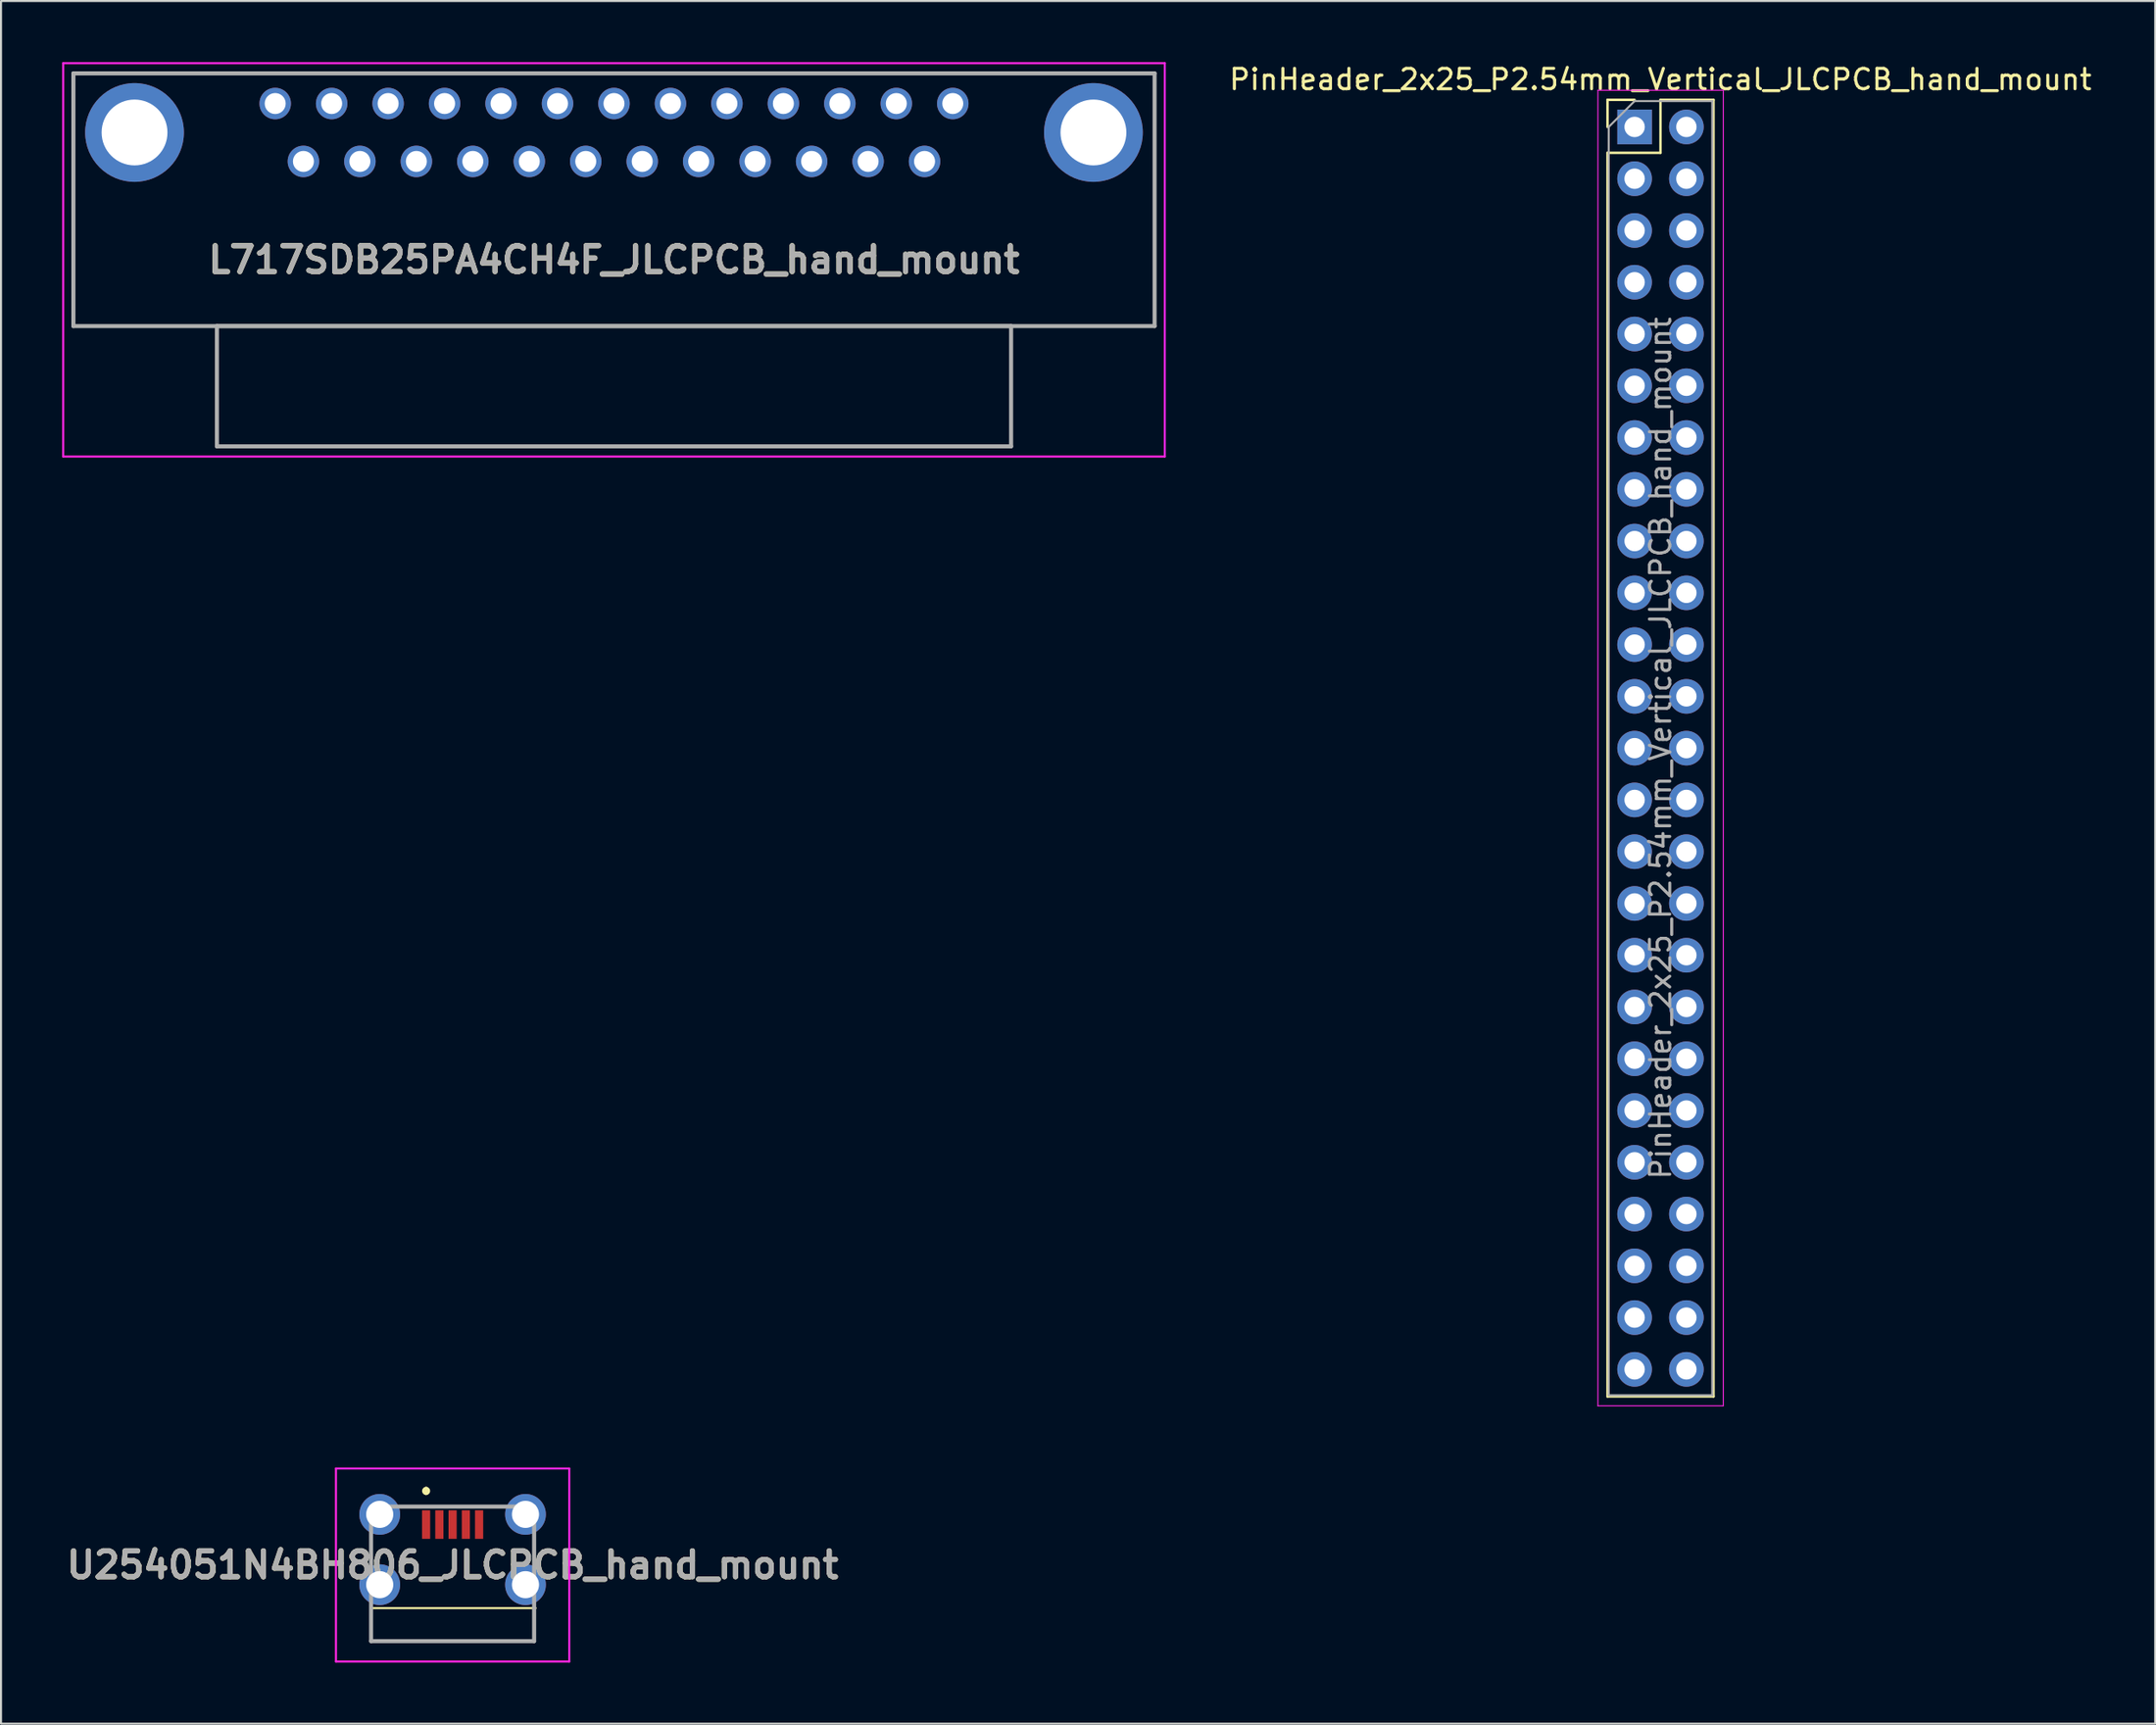
<source format=kicad_pcb>
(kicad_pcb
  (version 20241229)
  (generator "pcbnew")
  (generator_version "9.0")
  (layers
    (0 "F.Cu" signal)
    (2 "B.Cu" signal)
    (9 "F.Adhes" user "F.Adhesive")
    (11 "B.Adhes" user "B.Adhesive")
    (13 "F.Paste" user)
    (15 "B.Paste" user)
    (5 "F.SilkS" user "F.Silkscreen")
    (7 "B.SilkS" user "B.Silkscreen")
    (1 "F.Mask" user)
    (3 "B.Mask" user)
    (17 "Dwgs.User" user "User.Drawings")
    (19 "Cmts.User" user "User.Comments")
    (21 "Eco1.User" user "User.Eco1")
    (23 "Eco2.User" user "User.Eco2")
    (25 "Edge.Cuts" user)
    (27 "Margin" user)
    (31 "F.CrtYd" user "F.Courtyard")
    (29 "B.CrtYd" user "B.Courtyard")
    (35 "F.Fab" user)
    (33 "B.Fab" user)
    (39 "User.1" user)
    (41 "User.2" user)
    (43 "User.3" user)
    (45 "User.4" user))
  (footprint "L717SDB25PA4CH4F_JLCPCB_hand_mount"
    (layer "F.Cu")
    (at 10.45 2.03)
    (property "Reference" "L717SDB25PA4CH4F_JLCPCB_hand_mount" (at 16.62 7.67 0) (layer "F.SilkS") (effects (font (size 1.27 1.27) (thickness 0.254))))
    (attr smd)
    (fp_line (start -9.9 -1.48) (end 43.14 -1.48) (stroke (width 0.1) (type solid)) (layer "F.SilkS"))
    (fp_line (start -9.9 10.92) (end -9.9 -1.48) (stroke (width 0.1) (type solid)) (layer "F.SilkS"))
    (fp_line (start 43.14 -1.48) (end 43.14 10.92) (stroke (width 0.1) (type solid)) (layer "F.SilkS"))
    (fp_line (start 43.14 10.92) (end -9.9 10.92) (stroke (width 0.1) (type solid)) (layer "F.SilkS"))
    (fp_line (start -10.4 -1.98) (end 43.64 -1.98) (stroke (width 0.1) (type solid)) (layer "F.CrtYd"))
    (fp_line (start -10.4 17.32) (end -10.4 -1.98) (stroke (width 0.1) (type solid)) (layer "F.CrtYd"))
    (fp_line (start 43.64 -1.98) (end 43.64 17.32) (stroke (width 0.1) (type solid)) (layer "F.CrtYd"))
    (fp_line (start 43.64 17.32) (end -10.4 17.32) (stroke (width 0.1) (type solid)) (layer "F.CrtYd"))
    (fp_line (start -9.9 -1.48) (end 43.14 -1.48) (stroke (width 0.2) (type solid)) (layer "F.Fab"))
    (fp_line (start -9.9 10.92) (end -9.9 -1.48) (stroke (width 0.2) (type solid)) (layer "F.Fab"))
    (fp_line (start -2.86 10.92) (end -2.86 16.82) (stroke (width 0.2) (type solid)) (layer "F.Fab"))
    (fp_line (start -2.86 16.82) (end 36.1 16.82) (stroke (width 0.2) (type solid)) (layer "F.Fab"))
    (fp_line (start 36.1 10.92) (end -2.86 10.92) (stroke (width 0.2) (type solid)) (layer "F.Fab"))
    (fp_line (start 36.1 16.82) (end 36.1 10.92) (stroke (width 0.2) (type solid)) (layer "F.Fab"))
    (fp_line (start 43.14 -1.48) (end 43.14 10.92) (stroke (width 0.2) (type solid)) (layer "F.Fab"))
    (fp_line (start 43.14 10.92) (end -9.9 10.92) (stroke (width 0.2) (type solid)) (layer "F.Fab"))
    (fp_text user "${REFERENCE}" (at 16.62 7.67 0) (layer "F.Fab") (effects (font (size 1.27 1.27) (thickness 0.254))))
    (pad "1" thru_hole circle (at 0 0) (size 1.545 1.545) (drill 1.03) (layers "*.Cu" "*.Mask"))
    (pad "2" thru_hole circle (at 2.77 0) (size 1.545 1.545) (drill 1.03) (layers "*.Cu" "*.Mask"))
    (pad "3" thru_hole circle (at 5.54 0) (size 1.545 1.545) (drill 1.03) (layers "*.Cu" "*.Mask"))
    (pad "4" thru_hole circle (at 8.31 0) (size 1.545 1.545) (drill 1.03) (layers "*.Cu" "*.Mask"))
    (pad "5" thru_hole circle (at 11.08 0) (size 1.545 1.545) (drill 1.03) (layers "*.Cu" "*.Mask"))
    (pad "6" thru_hole circle (at 13.85 0) (size 1.545 1.545) (drill 1.03) (layers "*.Cu" "*.Mask"))
    (pad "7" thru_hole circle (at 16.62 0) (size 1.545 1.545) (drill 1.03) (layers "*.Cu" "*.Mask"))
    (pad "8" thru_hole circle (at 19.39 0) (size 1.545 1.545) (drill 1.03) (layers "*.Cu" "*.Mask"))
    (pad "9" thru_hole circle (at 22.16 0) (size 1.545 1.545) (drill 1.03) (layers "*.Cu" "*.Mask"))
    (pad "10" thru_hole circle (at 24.93 0) (size 1.545 1.545) (drill 1.03) (layers "*.Cu" "*.Mask"))
    (pad "11" thru_hole circle (at 27.7 0) (size 1.545 1.545) (drill 1.03) (layers "*.Cu" "*.Mask"))
    (pad "12" thru_hole circle (at 30.47 0) (size 1.545 1.545) (drill 1.03) (layers "*.Cu" "*.Mask"))
    (pad "13" thru_hole circle (at 33.24 0) (size 1.545 1.545) (drill 1.03) (layers "*.Cu" "*.Mask"))
    (pad "14" thru_hole circle (at 1.385 2.84) (size 1.545 1.545) (drill 1.03) (layers "*.Cu" "*.Mask"))
    (pad "15" thru_hole circle (at 4.155 2.84) (size 1.545 1.545) (drill 1.03) (layers "*.Cu" "*.Mask"))
    (pad "16" thru_hole circle (at 6.925 2.84) (size 1.545 1.545) (drill 1.03) (layers "*.Cu" "*.Mask"))
    (pad "17" thru_hole circle (at 9.695 2.84) (size 1.545 1.545) (drill 1.03) (layers "*.Cu" "*.Mask"))
    (pad "18" thru_hole circle (at 12.465 2.84) (size 1.545 1.545) (drill 1.03) (layers "*.Cu" "*.Mask"))
    (pad "19" thru_hole circle (at 15.235 2.84) (size 1.545 1.545) (drill 1.03) (layers "*.Cu" "*.Mask"))
    (pad "20" thru_hole circle (at 18.005 2.84) (size 1.545 1.545) (drill 1.03) (layers "*.Cu" "*.Mask"))
    (pad "21" thru_hole circle (at 20.775 2.84) (size 1.545 1.545) (drill 1.03) (layers "*.Cu" "*.Mask"))
    (pad "22" thru_hole circle (at 23.545 2.84) (size 1.545 1.545) (drill 1.03) (layers "*.Cu" "*.Mask"))
    (pad "23" thru_hole circle (at 26.315 2.84) (size 1.545 1.545) (drill 1.03) (layers "*.Cu" "*.Mask"))
    (pad "24" thru_hole circle (at 29.085 2.84) (size 1.545 1.545) (drill 1.03) (layers "*.Cu" "*.Mask"))
    (pad "25" thru_hole circle (at 31.855 2.84) (size 1.545 1.545) (drill 1.03) (layers "*.Cu" "*.Mask"))
    (pad "MH1" thru_hole circle (at -6.9 1.42) (size 4.845 4.845) (drill 3.23) (layers "*.Cu" "*.Mask"))
    (pad "MH2" thru_hole circle (at 40.14 1.42) (size 4.845 4.845) (drill 3.23) (layers "*.Cu" "*.Mask")))
  (footprint "U254051N4BH806_JLCPCB_hand_mount"
    (layer "F.Cu")
    (at 19.153 73.738)
    (property "Reference" "U254051N4BH806_JLCPCB_hand_mount" (at 0 0 0) (layer "F.SilkS") (effects (font (size 1.27 1.27) (thickness 0.254))))
    (attr through_hole)
    (fp_line (start -3.924 2.115) (end 4.075 2.115) (stroke (width 0.1) (type solid)) (layer "F.SilkS"))
    (fp_line (start -1.299 -3.735) (end -1.299 -3.735) (stroke (width 0.2) (type solid)) (layer "F.SilkS"))
    (fp_line (start -1.299 -3.535) (end -1.299 -3.535) (stroke (width 0.2) (type solid)) (layer "F.SilkS"))
    (fp_arc (start -1.299 -3.735) (mid -1.199 -3.635) (end -1.299 -3.535) (stroke (width 0.2) (type solid)) (layer "F.SilkS"))
    (fp_arc (start -1.299 -3.535) (mid -1.399 -3.635) (end -1.299 -3.735) (stroke (width 0.2) (type solid)) (layer "F.SilkS"))
    (fp_line (start -5.722 -4.735) (end 5.723 -4.735) (stroke (width 0.1) (type solid)) (layer "F.CrtYd"))
    (fp_line (start -5.722 4.735) (end -5.722 -4.735) (stroke (width 0.1) (type solid)) (layer "F.CrtYd"))
    (fp_line (start 5.723 -4.735) (end 5.723 4.735) (stroke (width 0.1) (type solid)) (layer "F.CrtYd"))
    (fp_line (start 5.723 4.735) (end -5.722 4.735) (stroke (width 0.1) (type solid)) (layer "F.CrtYd"))
    (fp_line (start -3.999 -2.865) (end 4 -2.865) (stroke (width 0.2) (type solid)) (layer "F.Fab"))
    (fp_line (start -3.999 3.735) (end -3.999 -2.865) (stroke (width 0.2) (type solid)) (layer "F.Fab"))
    (fp_line (start 4 -2.865) (end 4 3.735) (stroke (width 0.2) (type solid)) (layer "F.Fab"))
    (fp_line (start 4 3.735) (end -3.999 3.735) (stroke (width 0.2) (type solid)) (layer "F.Fab"))
    (fp_text user "${REFERENCE}" (at 0 0 0) (layer "F.Fab") (effects (font (size 1.27 1.27) (thickness 0.254))))
    (pad "" np_thru_hole circle (at -2 -1.165) (size 0.001 0.001) (drill 0.65) (layers "*.Cu" "*.Mask"))
    (pad "" np_thru_hole circle (at 2 -1.165) (size 0.001 0.001) (drill 0.65) (layers "*.Cu" "*.Mask"))
    (pad "1" smd rect (at -1.3 -1.985) (size 0.4 1.4) (layers "F.Cu" "F.Mask" "F.Paste"))
    (pad "2" smd rect (at -0.65 -1.985) (size 0.4 1.4) (layers "F.Cu" "F.Mask" "F.Paste"))
    (pad "3" smd rect (at 0 -1.985) (size 0.4 1.4) (layers "F.Cu" "F.Mask" "F.Paste"))
    (pad "4" smd rect (at 0.65 -1.985) (size 0.4 1.4) (layers "F.Cu" "F.Mask" "F.Paste"))
    (pad "5" smd rect (at 1.3 -1.985) (size 0.4 1.4) (layers "F.Cu" "F.Mask" "F.Paste"))
    (pad "MH1" thru_hole circle (at -3.575 0.965) (size 2 2) (drill 1.329) (layers "*.Cu" "*.Mask"))
    (pad "MH2" thru_hole circle (at 3.575 0.965) (size 2 2) (drill 1.329) (layers "*.Cu" "*.Mask"))
    (pad "MH3" thru_hole circle (at 3.575 -2.485) (size 2 2) (drill 1.329) (layers "*.Cu" "*.Mask"))
    (pad "MH4" thru_hole circle (at -3.575 -2.485) (size 2 2) (drill 1.329) (layers "*.Cu" "*.Mask")))
  (footprint "PinHeader_2x25_P2.54mm_Vertical_JLCPCB_hand_mount"
    (layer "F.Cu")
    (at 77.138 3.178)
    (property "Reference" "PinHeader_2x25_P2.54mm_Vertical_JLCPCB_hand_mount" (at 1.27 -2.33 0) (layer "F.SilkS") (effects (font (size 1 1) (thickness 0.15))))
    (attr smd)
    (fp_line (start -1.33 -1.33) (end 0 -1.33) (stroke (width 0.12) (type solid)) (layer "F.SilkS"))
    (fp_line (start -1.33 0) (end -1.33 -1.33) (stroke (width 0.12) (type solid)) (layer "F.SilkS"))
    (fp_line (start -1.33 1.27) (end -1.33 62.29) (stroke (width 0.12) (type solid)) (layer "F.SilkS"))
    (fp_line (start -1.33 1.27) (end 1.27 1.27) (stroke (width 0.12) (type solid)) (layer "F.SilkS"))
    (fp_line (start -1.33 62.29) (end 3.87 62.29) (stroke (width 0.12) (type solid)) (layer "F.SilkS"))
    (fp_line (start 1.27 -1.33) (end 3.87 -1.33) (stroke (width 0.12) (type solid)) (layer "F.SilkS"))
    (fp_line (start 1.27 1.27) (end 1.27 -1.33) (stroke (width 0.12) (type solid)) (layer "F.SilkS"))
    (fp_line (start 3.87 -1.33) (end 3.87 62.29) (stroke (width 0.12) (type solid)) (layer "F.SilkS"))
    (fp_line (start -1.8 -1.8) (end -1.8 62.75) (stroke (width 0.05) (type solid)) (layer "F.CrtYd"))
    (fp_line (start -1.8 62.75) (end 4.35 62.75) (stroke (width 0.05) (type solid)) (layer "F.CrtYd"))
    (fp_line (start 4.35 -1.8) (end -1.8 -1.8) (stroke (width 0.05) (type solid)) (layer "F.CrtYd"))
    (fp_line (start 4.35 62.75) (end 4.35 -1.8) (stroke (width 0.05) (type solid)) (layer "F.CrtYd"))
    (fp_line (start -1.27 0) (end 0 -1.27) (stroke (width 0.1) (type solid)) (layer "F.Fab"))
    (fp_line (start -1.27 62.23) (end -1.27 0) (stroke (width 0.1) (type solid)) (layer "F.Fab"))
    (fp_line (start 0 -1.27) (end 3.81 -1.27) (stroke (width 0.1) (type solid)) (layer "F.Fab"))
    (fp_line (start 3.81 -1.27) (end 3.81 62.23) (stroke (width 0.1) (type solid)) (layer "F.Fab"))
    (fp_line (start 3.81 62.23) (end -1.27 62.23) (stroke (width 0.1) (type solid)) (layer "F.Fab"))
    (fp_text user "${REFERENCE}" (at 1.27 30.48 90) (layer "F.Fab") (effects (font (size 1 1) (thickness 0.15))))
    (pad "1" thru_hole rect (at 0 0) (size 1.7 1.7) (drill 1) (layers "*.Cu" "*.Mask"))
    (pad "2" thru_hole oval (at 2.54 0) (size 1.7 1.7) (drill 1) (layers "*.Cu" "*.Mask"))
    (pad "3" thru_hole oval (at 0 2.54) (size 1.7 1.7) (drill 1) (layers "*.Cu" "*.Mask"))
    (pad "4" thru_hole oval (at 2.54 2.54) (size 1.7 1.7) (drill 1) (layers "*.Cu" "*.Mask"))
    (pad "5" thru_hole oval (at 0 5.08) (size 1.7 1.7) (drill 1) (layers "*.Cu" "*.Mask"))
    (pad "6" thru_hole oval (at 2.54 5.08) (size 1.7 1.7) (drill 1) (layers "*.Cu" "*.Mask"))
    (pad "7" thru_hole oval (at 0 7.62) (size 1.7 1.7) (drill 1) (layers "*.Cu" "*.Mask"))
    (pad "8" thru_hole oval (at 2.54 7.62) (size 1.7 1.7) (drill 1) (layers "*.Cu" "*.Mask"))
    (pad "9" thru_hole oval (at 0 10.16) (size 1.7 1.7) (drill 1) (layers "*.Cu" "*.Mask"))
    (pad "10" thru_hole oval (at 2.54 10.16) (size 1.7 1.7) (drill 1) (layers "*.Cu" "*.Mask"))
    (pad "11" thru_hole oval (at 0 12.7) (size 1.7 1.7) (drill 1) (layers "*.Cu" "*.Mask"))
    (pad "12" thru_hole oval (at 2.54 12.7) (size 1.7 1.7) (drill 1) (layers "*.Cu" "*.Mask"))
    (pad "13" thru_hole oval (at 0 15.24) (size 1.7 1.7) (drill 1) (layers "*.Cu" "*.Mask"))
    (pad "14" thru_hole oval (at 2.54 15.24) (size 1.7 1.7) (drill 1) (layers "*.Cu" "*.Mask"))
    (pad "15" thru_hole oval (at 0 17.78) (size 1.7 1.7) (drill 1) (layers "*.Cu" "*.Mask"))
    (pad "16" thru_hole oval (at 2.54 17.78) (size 1.7 1.7) (drill 1) (layers "*.Cu" "*.Mask"))
    (pad "17" thru_hole oval (at 0 20.32) (size 1.7 1.7) (drill 1) (layers "*.Cu" "*.Mask"))
    (pad "18" thru_hole oval (at 2.54 20.32) (size 1.7 1.7) (drill 1) (layers "*.Cu" "*.Mask"))
    (pad "19" thru_hole oval (at 0 22.86) (size 1.7 1.7) (drill 1) (layers "*.Cu" "*.Mask"))
    (pad "20" thru_hole oval (at 2.54 22.86) (size 1.7 1.7) (drill 1) (layers "*.Cu" "*.Mask"))
    (pad "21" thru_hole oval (at 0 25.4) (size 1.7 1.7) (drill 1) (layers "*.Cu" "*.Mask"))
    (pad "22" thru_hole oval (at 2.54 25.4) (size 1.7 1.7) (drill 1) (layers "*.Cu" "*.Mask"))
    (pad "23" thru_hole oval (at 0 27.94) (size 1.7 1.7) (drill 1) (layers "*.Cu" "*.Mask"))
    (pad "24" thru_hole oval (at 2.54 27.94) (size 1.7 1.7) (drill 1) (layers "*.Cu" "*.Mask"))
    (pad "25" thru_hole oval (at 0 30.48) (size 1.7 1.7) (drill 1) (layers "*.Cu" "*.Mask"))
    (pad "26" thru_hole oval (at 2.54 30.48) (size 1.7 1.7) (drill 1) (layers "*.Cu" "*.Mask"))
    (pad "27" thru_hole oval (at 0 33.02) (size 1.7 1.7) (drill 1) (layers "*.Cu" "*.Mask"))
    (pad "28" thru_hole oval (at 2.54 33.02) (size 1.7 1.7) (drill 1) (layers "*.Cu" "*.Mask"))
    (pad "29" thru_hole oval (at 0 35.56) (size 1.7 1.7) (drill 1) (layers "*.Cu" "*.Mask"))
    (pad "30" thru_hole oval (at 2.54 35.56) (size 1.7 1.7) (drill 1) (layers "*.Cu" "*.Mask"))
    (pad "31" thru_hole oval (at 0 38.1) (size 1.7 1.7) (drill 1) (layers "*.Cu" "*.Mask"))
    (pad "32" thru_hole oval (at 2.54 38.1) (size 1.7 1.7) (drill 1) (layers "*.Cu" "*.Mask"))
    (pad "33" thru_hole oval (at 0 40.64) (size 1.7 1.7) (drill 1) (layers "*.Cu" "*.Mask"))
    (pad "34" thru_hole oval (at 2.54 40.64) (size 1.7 1.7) (drill 1) (layers "*.Cu" "*.Mask"))
    (pad "35" thru_hole oval (at 0 43.18) (size 1.7 1.7) (drill 1) (layers "*.Cu" "*.Mask"))
    (pad "36" thru_hole oval (at 2.54 43.18) (size 1.7 1.7) (drill 1) (layers "*.Cu" "*.Mask"))
    (pad "37" thru_hole oval (at 0 45.72) (size 1.7 1.7) (drill 1) (layers "*.Cu" "*.Mask"))
    (pad "38" thru_hole oval (at 2.54 45.72) (size 1.7 1.7) (drill 1) (layers "*.Cu" "*.Mask"))
    (pad "39" thru_hole oval (at 0 48.26) (size 1.7 1.7) (drill 1) (layers "*.Cu" "*.Mask"))
    (pad "40" thru_hole oval (at 2.54 48.26) (size 1.7 1.7) (drill 1) (layers "*.Cu" "*.Mask"))
    (pad "41" thru_hole oval (at 0 50.8) (size 1.7 1.7) (drill 1) (layers "*.Cu" "*.Mask"))
    (pad "42" thru_hole oval (at 2.54 50.8) (size 1.7 1.7) (drill 1) (layers "*.Cu" "*.Mask"))
    (pad "43" thru_hole oval (at 0 53.34) (size 1.7 1.7) (drill 1) (layers "*.Cu" "*.Mask"))
    (pad "44" thru_hole oval (at 2.54 53.34) (size 1.7 1.7) (drill 1) (layers "*.Cu" "*.Mask"))
    (pad "45" thru_hole oval (at 0 55.88) (size 1.7 1.7) (drill 1) (layers "*.Cu" "*.Mask"))
    (pad "46" thru_hole oval (at 2.54 55.88) (size 1.7 1.7) (drill 1) (layers "*.Cu" "*.Mask"))
    (pad "47" thru_hole oval (at 0 58.42) (size 1.7 1.7) (drill 1) (layers "*.Cu" "*.Mask"))
    (pad "48" thru_hole oval (at 2.54 58.42) (size 1.7 1.7) (drill 1) (layers "*.Cu" "*.Mask"))
    (pad "49" thru_hole oval (at 0 60.96) (size 1.7 1.7) (drill 1) (layers "*.Cu" "*.Mask"))
    (pad "50" thru_hole oval (at 2.54 60.96) (size 1.7 1.7) (drill 1) (layers "*.Cu" "*.Mask")))
  (gr_rect
    (start -3 -3)
    (end 102.676 81.523)
    (stroke (width 0.1) (type default))
    (fill no)
    (layer "Edge.Cuts")))
</source>
